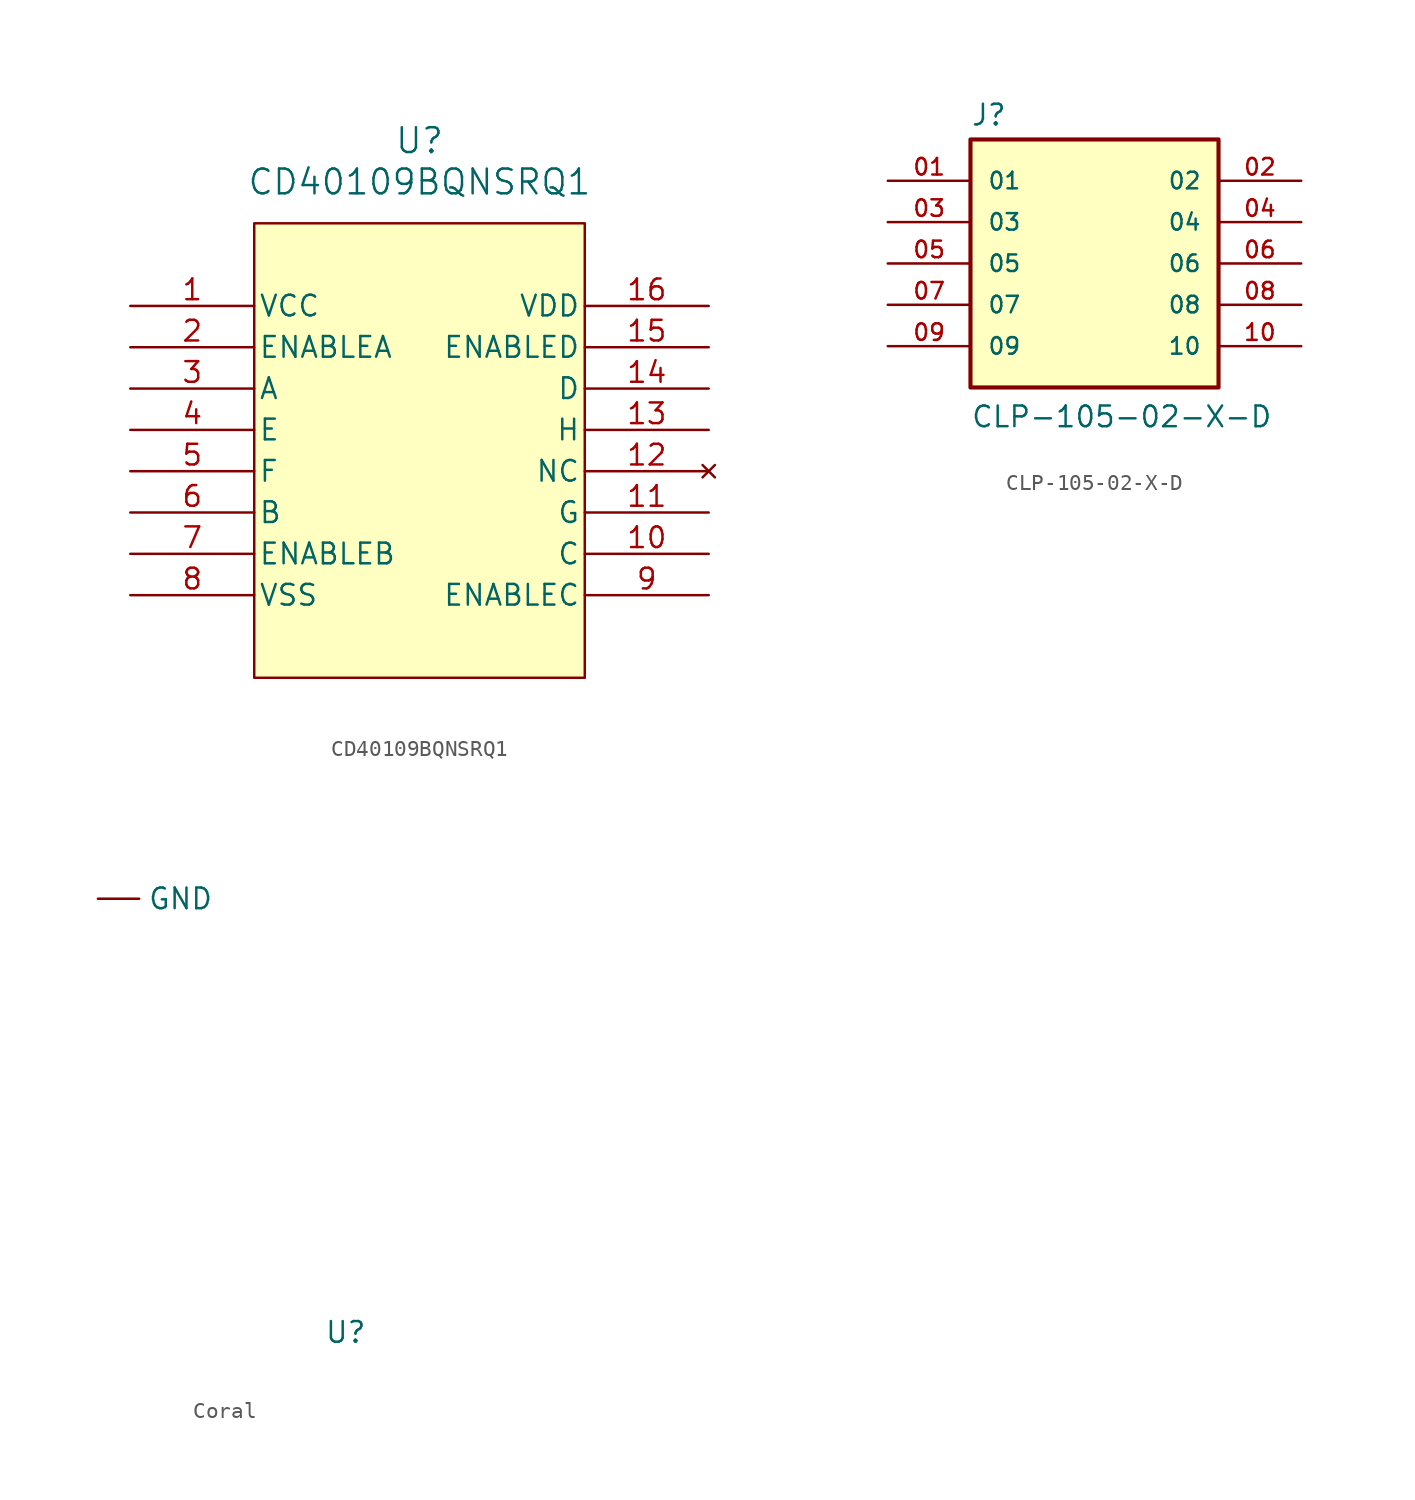
<source format=kicad_sym>
(kicad_symbol_lib
  (version 20231120)
  (generator "kicad_symbol_editor")
  (generator_version "8.0")
  (symbol "CD40109BQNSRQ1"
    (pin_names
      (offset 0.254))
    (property "Reference" "U"
      (at 17.78 10.16 0)
      (effects (font (size 1.524 1.524))))
    (property "Value" "CD40109BQNSRQ1"
      (at 17.78 7.62 0)
      (effects (font (size 1.524 1.524))))
    (property "ki_locked" ""
      (at 0 0 0)
      (effects (font (size 1.27 1.27))))
    (symbol "CD40109BQNSRQ1_1_1"
      (rectangle (start 7.62 5.08) (end 27.94 -22.86) (stroke (width 0) (type default)) (fill (type background)))
      (pin power_in line (at 0 0 0) (length 7.62) (name "VCC" (effects (font (size 1.27 1.27)))) (number "1" (effects (font (size 1.27 1.27)))))
      (pin input line (at 35.56 -15.24 180) (length 7.62) (name "C" (effects (font (size 1.27 1.27)))) (number "10" (effects (font (size 1.27 1.27)))))
      (pin output line (at 35.56 -12.7 180) (length 7.62) (name "G" (effects (font (size 1.27 1.27)))) (number "11" (effects (font (size 1.27 1.27)))))
      (pin no_connect line (at 35.56 -10.16 180) (length 7.62) (name "NC" (effects (font (size 1.27 1.27)))) (number "12" (effects (font (size 1.27 1.27)))))
      (pin output line (at 35.56 -7.62 180) (length 7.62) (name "H" (effects (font (size 1.27 1.27)))) (number "13" (effects (font (size 1.27 1.27)))))
      (pin input line (at 35.56 -5.08 180) (length 7.62) (name "D" (effects (font (size 1.27 1.27)))) (number "14" (effects (font (size 1.27 1.27)))))
      (pin input line (at 35.56 -2.54 180) (length 7.62) (name "ENABLED" (effects (font (size 1.27 1.27)))) (number "15" (effects (font (size 1.27 1.27)))))
      (pin power_in line (at 35.56 0 180) (length 7.62) (name "VDD" (effects (font (size 1.27 1.27)))) (number "16" (effects (font (size 1.27 1.27)))))
      (pin input line (at 0 -2.54 0) (length 7.62) (name "ENABLEA" (effects (font (size 1.27 1.27)))) (number "2" (effects (font (size 1.27 1.27)))))
      (pin input line (at 0 -5.08 0) (length 7.62) (name "A" (effects (font (size 1.27 1.27)))) (number "3" (effects (font (size 1.27 1.27)))))
      (pin output line (at 0 -7.62 0) (length 7.62) (name "E" (effects (font (size 1.27 1.27)))) (number "4" (effects (font (size 1.27 1.27)))))
      (pin output line (at 0 -10.16 0) (length 7.62) (name "F" (effects (font (size 1.27 1.27)))) (number "5" (effects (font (size 1.27 1.27)))))
      (pin input line (at 0 -12.7 0) (length 7.62) (name "B" (effects (font (size 1.27 1.27)))) (number "6" (effects (font (size 1.27 1.27)))))
      (pin input line (at 0 -15.24 0) (length 7.62) (name "ENABLEB" (effects (font (size 1.27 1.27)))) (number "7" (effects (font (size 1.27 1.27)))))
      (pin power_in line (at 0 -17.78 0) (length 7.62) (name "VSS" (effects (font (size 1.27 1.27)))) (number "8" (effects (font (size 1.27 1.27)))))
      (pin input line (at 35.56 -17.78 180) (length 7.62) (name "ENABLEC" (effects (font (size 1.27 1.27)))) (number "9" (effects (font (size 1.27 1.27)))))))
  (symbol "CLP-105-02-X-D"
    (pin_names
      (offset 1.016))
    (property "Reference" "J"
      (at -7.62 8.382 0)
      (effects (font (size 1.27 1.27)) (justify left bottom)))
    (property "Value" "CLP-105-02-X-D"
      (at -7.62 -10.16 0)
      (effects (font (size 1.27 1.27)) (justify left bottom)))
    (symbol "CLP-105-02-X-D_0_0"
      (rectangle (start -7.62 -7.62) (end 7.62 7.62) (stroke (width 0.254) (type default)) (fill (type background)))
      (pin passive line (at -12.7 5.08 0) (length 5.08) (name "01" (effects (font (size 1.016 1.016)))) (number "01" (effects (font (size 1.016 1.016)))))
      (pin passive line (at 12.7 5.08 180) (length 5.08) (name "02" (effects (font (size 1.016 1.016)))) (number "02" (effects (font (size 1.016 1.016)))))
      (pin passive line (at -12.7 2.54 0) (length 5.08) (name "03" (effects (font (size 1.016 1.016)))) (number "03" (effects (font (size 1.016 1.016)))))
      (pin passive line (at 12.7 2.54 180) (length 5.08) (name "04" (effects (font (size 1.016 1.016)))) (number "04" (effects (font (size 1.016 1.016)))))
      (pin passive line (at -12.7 0 0) (length 5.08) (name "05" (effects (font (size 1.016 1.016)))) (number "05" (effects (font (size 1.016 1.016)))))
      (pin passive line (at 12.7 0 180) (length 5.08) (name "06" (effects (font (size 1.016 1.016)))) (number "06" (effects (font (size 1.016 1.016)))))
      (pin passive line (at -12.7 -2.54 0) (length 5.08) (name "07" (effects (font (size 1.016 1.016)))) (number "07" (effects (font (size 1.016 1.016)))))
      (pin passive line (at 12.7 -2.54 180) (length 5.08) (name "08" (effects (font (size 1.016 1.016)))) (number "08" (effects (font (size 1.016 1.016)))))
      (pin passive line (at -12.7 -5.08 0) (length 5.08) (name "09" (effects (font (size 1.016 1.016)))) (number "09" (effects (font (size 1.016 1.016)))))
      (pin passive line (at 12.7 -5.08 180) (length 5.08) (name "10" (effects (font (size 1.016 1.016)))) (number "10" (effects (font (size 1.016 1.016)))))))
  (symbol "Coral"
    (property "Reference" "U"
      (at 0 0 0)
      (effects (font (size 1.27 1.27))))
    (property "Value" ""
      (at 0 0 0)
      (effects (font (size 1.27 1.27))))
    (property "ki_locked" ""
      (at 0 0 0)
      (effects (font (size 1.27 1.27))))
    (symbol "Coral_1_1"
      (pin input line (at -15.24 26.67 0) (length 2.54) (name "GND" (effects (font (size 1.27 1.27)))) (number "" (effects (font (size 1.27 1.27))))))))
</source>
